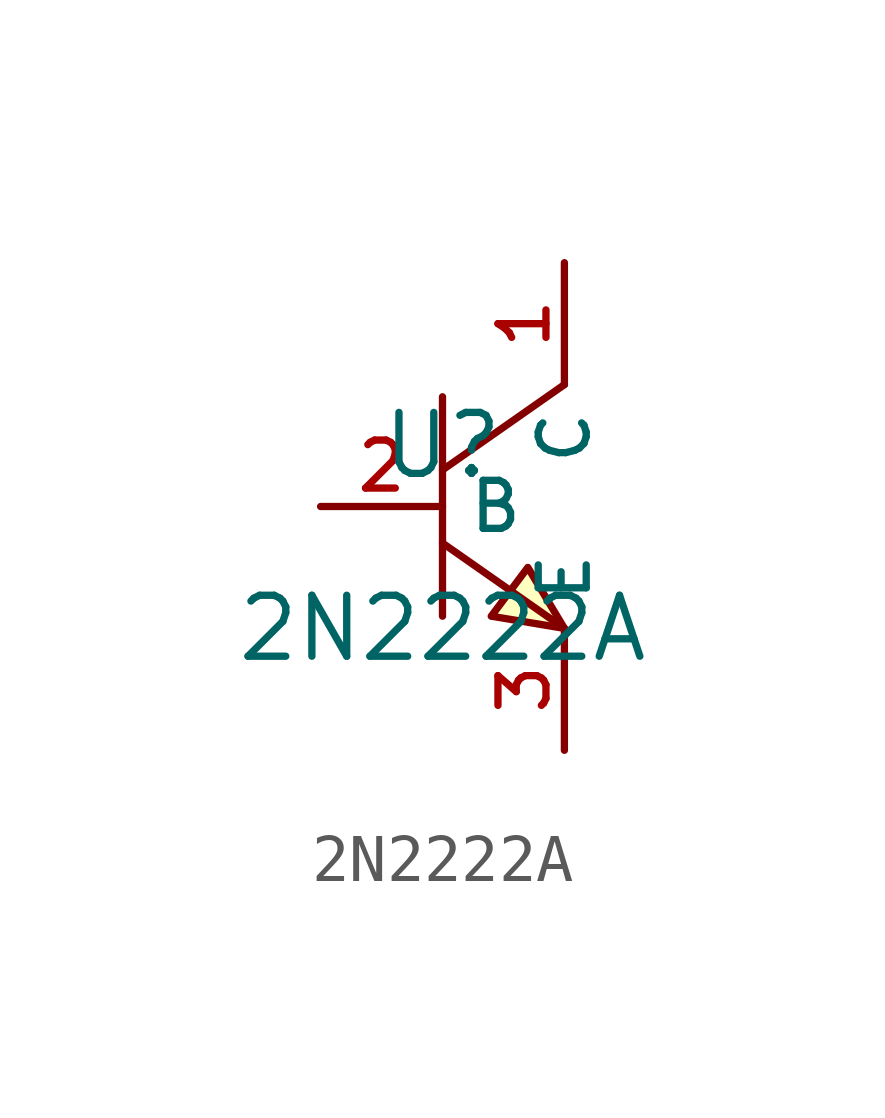
<source format=kicad_sym>
(kicad_symbol_lib
  (version 20210201)
  (generator TousstNicolas/JLC2KiCad_lib)
  (symbol "2N2222A"
    (property "Reference" "U"
      (at 0 1.27 0)
      (effects (font (size 1.27 1.27))))
    (property "Value" "2N2222A"
      (at 0 -2.54 0)
      (effects (font (size 1.27 1.27))))
    (symbol "2N2222A_0_1"
      (pin unspecified line (at 2.54 5.08 270) (length 2.54) (name "C" (effects (font (size 1 1)))) (number "1" (effects (font (size 1 1)))))
      (pin unspecified line (at -2.54 -0.0 0) (length 2.54) (name "B" (effects (font (size 1 1)))) (number "2" (effects (font (size 1 1)))))
      (pin unspecified line (at 2.54 -5.08 90) (length 2.54) (name "E" (effects (font (size 1 1)))) (number "3" (effects (font (size 1 1)))))
      (polyline (pts (xy 2.54 2.54) (xy 0.0 0.762)) (stroke (width 0) (type default) (color 0 0 0 0)) (fill (type none)))
      (polyline (pts (xy 0.0 -0.762) (xy 2.54 -2.54)) (stroke (width 0) (type default) (color 0 0 0 0)) (fill (type none)))
      (polyline (pts (xy 0.0 2.286) (xy 0.0 -2.286)) (stroke (width 0) (type default) (color 0 0 0 0)) (fill (type none)))
      (polyline (pts (xy 2.54 -2.54) (xy 1.778 -1.27) (xy 1.016 -2.286) (xy 2.54 -2.54)) (stroke (width 0) (type default) (color 0 0 0 0)) (fill (type background))))))
</source>
